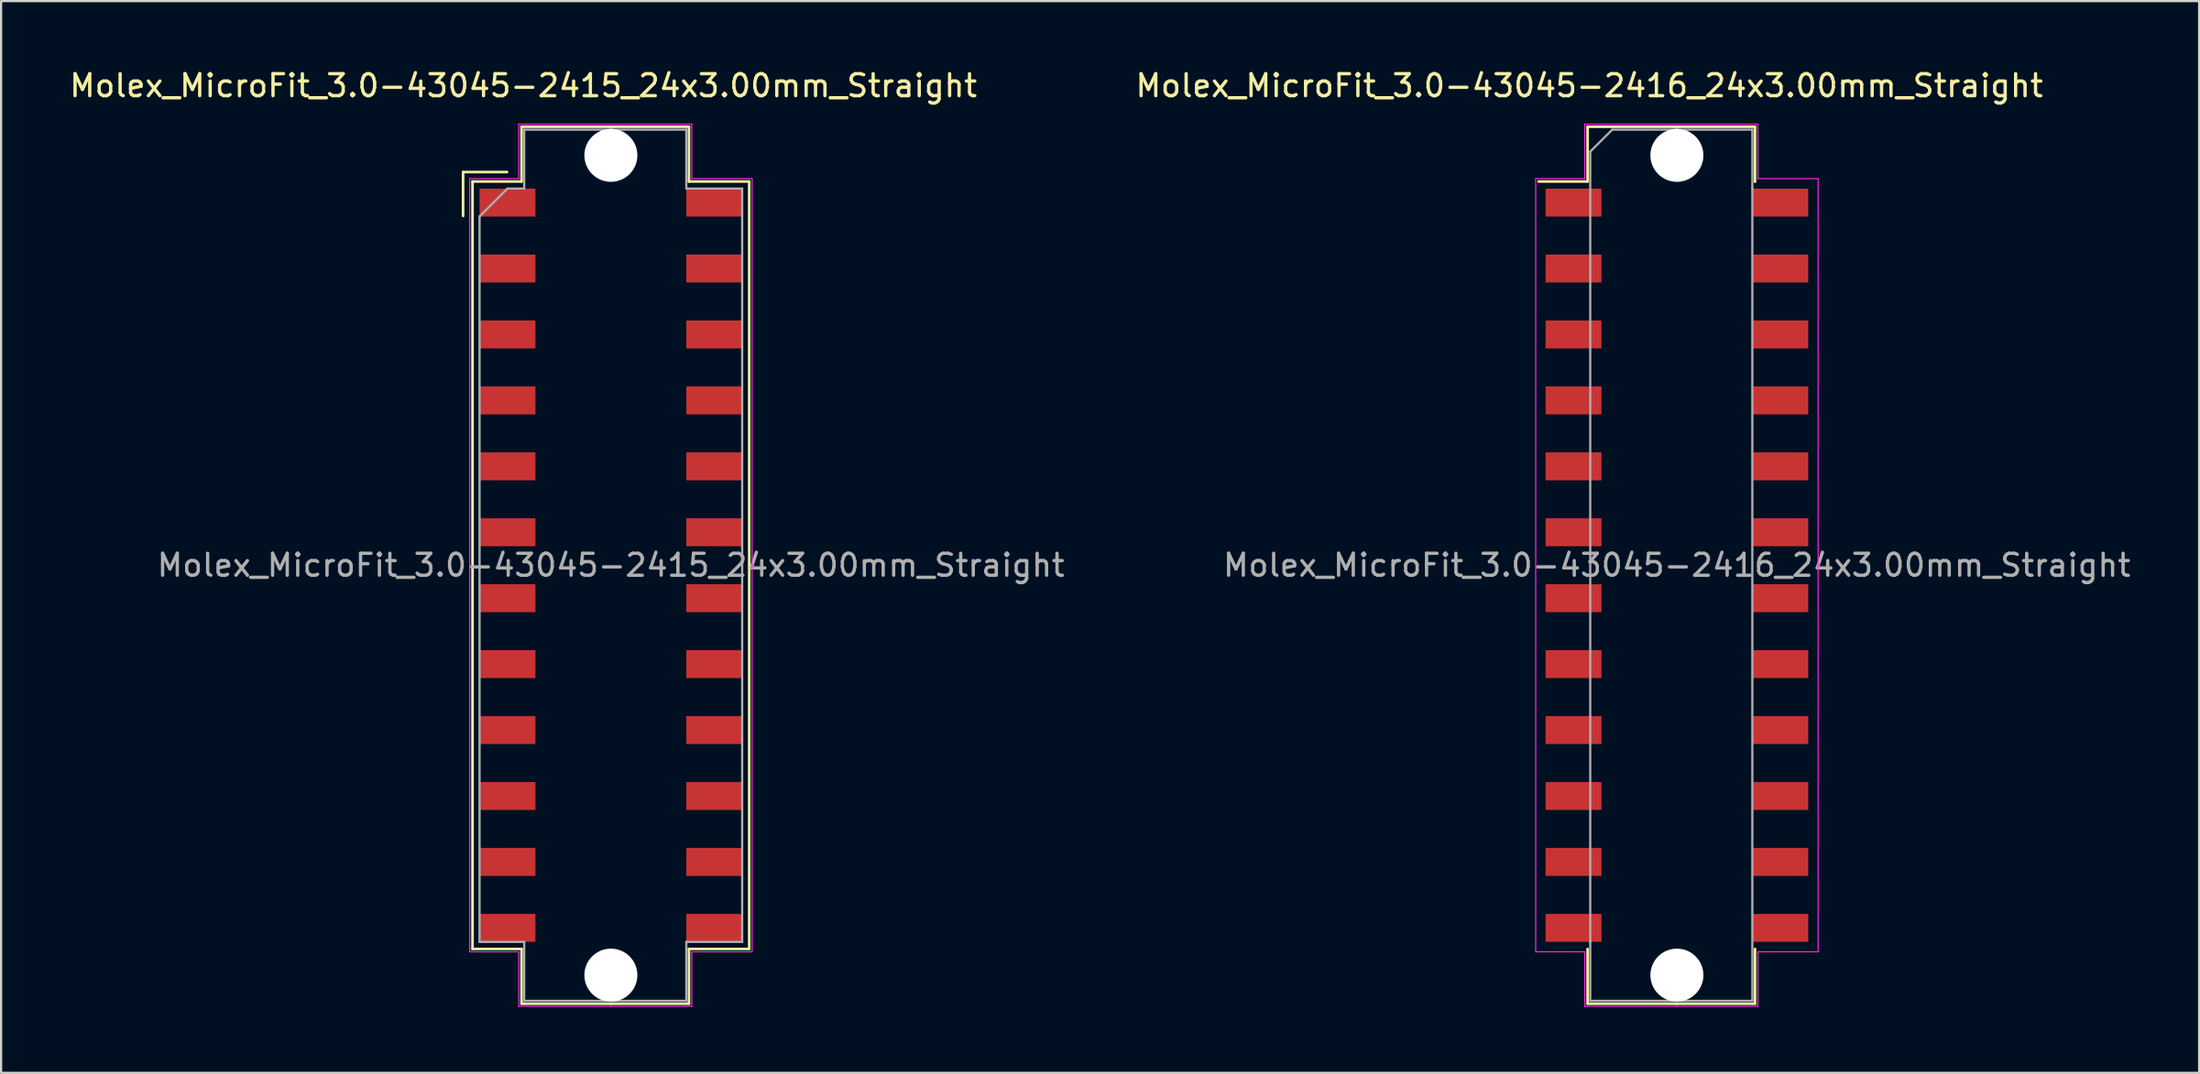
<source format=kicad_pcb>
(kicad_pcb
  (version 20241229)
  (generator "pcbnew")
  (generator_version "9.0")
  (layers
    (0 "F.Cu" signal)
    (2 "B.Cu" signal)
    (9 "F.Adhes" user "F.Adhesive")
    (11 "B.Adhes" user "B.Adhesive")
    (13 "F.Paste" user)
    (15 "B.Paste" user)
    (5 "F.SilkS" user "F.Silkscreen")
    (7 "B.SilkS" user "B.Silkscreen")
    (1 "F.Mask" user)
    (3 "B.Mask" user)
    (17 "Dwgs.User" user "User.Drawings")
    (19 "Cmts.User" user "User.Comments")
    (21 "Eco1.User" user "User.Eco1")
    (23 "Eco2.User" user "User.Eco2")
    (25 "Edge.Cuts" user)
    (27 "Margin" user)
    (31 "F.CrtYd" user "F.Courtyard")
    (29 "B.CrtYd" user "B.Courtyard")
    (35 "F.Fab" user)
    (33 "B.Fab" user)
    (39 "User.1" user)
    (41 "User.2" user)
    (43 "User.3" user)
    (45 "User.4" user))
  (footprint "Molex_MicroFit_3.0-43045-2415_24x3.00mm_Straight"
    (layer "F.Cu")
    (at 24.724 22.668)
    (property "Reference" "Molex_MicroFit_3.0-43045-2415_24x3.00mm_Straight" (at -3.98 -21.82 0) (layer "F.SilkS") (effects (font (size 1 1) (thickness 0.15))))
    (attr smd)
    (fp_line (start -6.72 -17.89) (end -6.72 -15.89) (stroke (width 0.12) (type solid)) (layer "F.SilkS"))
    (fp_line (start -6.29 -17.46) (end -4.06 -17.46) (stroke (width 0.12) (type solid)) (layer "F.SilkS"))
    (fp_line (start -6.29 17.46) (end -6.29 -17.46) (stroke (width 0.12) (type solid)) (layer "F.SilkS"))
    (fp_line (start -4.72 -17.89) (end -6.72 -17.89) (stroke (width 0.12) (type solid)) (layer "F.SilkS"))
    (fp_line (start -4.06 -19.95) (end 0 -19.95) (stroke (width 0.12) (type solid)) (layer "F.SilkS"))
    (fp_line (start -4.06 -17.46) (end -4.06 -19.95) (stroke (width 0.12) (type solid)) (layer "F.SilkS"))
    (fp_line (start -4.06 17.46) (end -6.29 17.46) (stroke (width 0.12) (type solid)) (layer "F.SilkS"))
    (fp_line (start -4.06 19.95) (end -4.06 17.46) (stroke (width 0.12) (type solid)) (layer "F.SilkS"))
    (fp_line (start 0 -19.95) (end 3.55 -19.95) (stroke (width 0.12) (type solid)) (layer "F.SilkS"))
    (fp_line (start 0 19.95) (end -4.06 19.95) (stroke (width 0.12) (type solid)) (layer "F.SilkS"))
    (fp_line (start 3.55 -19.95) (end 3.55 -17.46) (stroke (width 0.12) (type solid)) (layer "F.SilkS"))
    (fp_line (start 3.55 -17.46) (end 6.29 -17.46) (stroke (width 0.12) (type solid)) (layer "F.SilkS"))
    (fp_line (start 3.55 17.46) (end 3.55 19.95) (stroke (width 0.12) (type solid)) (layer "F.SilkS"))
    (fp_line (start 3.55 19.95) (end 0 19.95) (stroke (width 0.12) (type solid)) (layer "F.SilkS"))
    (fp_line (start 6.29 -17.46) (end 6.29 17.46) (stroke (width 0.12) (type solid)) (layer "F.SilkS"))
    (fp_line (start 6.29 17.46) (end 3.55 17.46) (stroke (width 0.12) (type solid)) (layer "F.SilkS"))
    (fp_line (start -6.42 -17.59) (end -4.19 -17.59) (stroke (width 0.05) (type solid)) (layer "F.CrtYd"))
    (fp_line (start -6.42 17.59) (end -6.42 -17.59) (stroke (width 0.05) (type solid)) (layer "F.CrtYd"))
    (fp_line (start -4.19 -20.07) (end 0 -20.07) (stroke (width 0.05) (type solid)) (layer "F.CrtYd"))
    (fp_line (start -4.19 -17.59) (end -4.19 -20.07) (stroke (width 0.05) (type solid)) (layer "F.CrtYd"))
    (fp_line (start -4.19 17.59) (end -6.42 17.59) (stroke (width 0.05) (type solid)) (layer "F.CrtYd"))
    (fp_line (start -4.19 20.07) (end -4.19 17.59) (stroke (width 0.05) (type solid)) (layer "F.CrtYd"))
    (fp_line (start 0 -20.07) (end 3.68 -20.07) (stroke (width 0.05) (type solid)) (layer "F.CrtYd"))
    (fp_line (start 0 20.07) (end -4.19 20.07) (stroke (width 0.05) (type solid)) (layer "F.CrtYd"))
    (fp_line (start 3.68 -20.07) (end 3.68 -17.59) (stroke (width 0.05) (type solid)) (layer "F.CrtYd"))
    (fp_line (start 3.68 -17.59) (end 6.42 -17.59) (stroke (width 0.05) (type solid)) (layer "F.CrtYd"))
    (fp_line (start 3.68 17.59) (end 3.68 20.07) (stroke (width 0.05) (type solid)) (layer "F.CrtYd"))
    (fp_line (start 3.68 20.07) (end 0 20.07) (stroke (width 0.05) (type solid)) (layer "F.CrtYd"))
    (fp_line (start 6.42 -17.59) (end 6.42 17.59) (stroke (width 0.05) (type solid)) (layer "F.CrtYd"))
    (fp_line (start 6.42 17.59) (end 3.68 17.59) (stroke (width 0.05) (type solid)) (layer "F.CrtYd"))
    (fp_line (start -5.97 -15.87) (end -4.7 -17.14) (stroke (width 0.1) (type solid)) (layer "F.Fab"))
    (fp_line (start -5.97 17.14) (end -5.97 -15.87) (stroke (width 0.1) (type solid)) (layer "F.Fab"))
    (fp_line (start -4.7 -17.14) (end -3.94 -17.14) (stroke (width 0.1) (type solid)) (layer "F.Fab"))
    (fp_line (start -3.94 -19.82) (end 0 -19.82) (stroke (width 0.1) (type solid)) (layer "F.Fab"))
    (fp_line (start -3.94 -17.14) (end -3.94 -19.82) (stroke (width 0.1) (type solid)) (layer "F.Fab"))
    (fp_line (start -3.94 17.14) (end -5.97 17.14) (stroke (width 0.1) (type solid)) (layer "F.Fab"))
    (fp_line (start -3.94 19.82) (end -3.94 17.14) (stroke (width 0.1) (type solid)) (layer "F.Fab"))
    (fp_line (start 0 -19.82) (end 3.43 -19.82) (stroke (width 0.1) (type solid)) (layer "F.Fab"))
    (fp_line (start 0 19.82) (end -3.94 19.82) (stroke (width 0.1) (type solid)) (layer "F.Fab"))
    (fp_line (start 3.43 -19.82) (end 3.43 -17.14) (stroke (width 0.1) (type solid)) (layer "F.Fab"))
    (fp_line (start 3.43 -17.14) (end 5.97 -17.14) (stroke (width 0.1) (type solid)) (layer "F.Fab"))
    (fp_line (start 3.43 17.14) (end 3.43 19.82) (stroke (width 0.1) (type solid)) (layer "F.Fab"))
    (fp_line (start 3.43 19.82) (end 0 19.82) (stroke (width 0.1) (type solid)) (layer "F.Fab"))
    (fp_line (start 5.97 -17.14) (end 5.97 17.14) (stroke (width 0.1) (type solid)) (layer "F.Fab"))
    (fp_line (start 5.97 17.14) (end 3.43 17.14) (stroke (width 0.1) (type solid)) (layer "F.Fab"))
    (fp_text user "${REFERENCE}" (at 0 0 0) (layer "F.Fab") (effects (font (size 1 1) (thickness 0.15))))
    (pad "" np_thru_hole circle (at 0 -18.65) (size 2.41 2.41) (drill 2.41) (layers "*.Cu"))
    (pad "" np_thru_hole circle (at 0 18.65) (size 2.41 2.41) (drill 2.41) (layers "*.Cu"))
    (pad "1" smd rect (at -4.7 -16.5) (size 2.54 1.27) (layers "F.Cu" "F.Mask" "F.Paste"))
    (pad "2" smd rect (at -4.7 -13.5) (size 2.54 1.27) (layers "F.Cu" "F.Mask" "F.Paste"))
    (pad "3" smd rect (at -4.7 -10.5) (size 2.54 1.27) (layers "F.Cu" "F.Mask" "F.Paste"))
    (pad "4" smd rect (at -4.7 -7.5) (size 2.54 1.27) (layers "F.Cu" "F.Mask" "F.Paste"))
    (pad "5" smd rect (at -4.7 -4.5) (size 2.54 1.27) (layers "F.Cu" "F.Mask" "F.Paste"))
    (pad "6" smd rect (at -4.7 -1.5) (size 2.54 1.27) (layers "F.Cu" "F.Mask" "F.Paste"))
    (pad "7" smd rect (at -4.7 1.5) (size 2.54 1.27) (layers "F.Cu" "F.Mask" "F.Paste"))
    (pad "8" smd rect (at -4.7 4.5) (size 2.54 1.27) (layers "F.Cu" "F.Mask" "F.Paste"))
    (pad "9" smd rect (at -4.7 7.5) (size 2.54 1.27) (layers "F.Cu" "F.Mask" "F.Paste"))
    (pad "10" smd rect (at -4.7 10.5) (size 2.54 1.27) (layers "F.Cu" "F.Mask" "F.Paste"))
    (pad "11" smd rect (at -4.7 13.5) (size 2.54 1.27) (layers "F.Cu" "F.Mask" "F.Paste"))
    (pad "12" smd rect (at -4.7 16.5) (size 2.54 1.27) (layers "F.Cu" "F.Mask" "F.Paste"))
    (pad "13" smd rect (at 4.7 16.5) (size 2.54 1.27) (layers "F.Cu" "F.Mask" "F.Paste"))
    (pad "14" smd rect (at 4.7 13.5) (size 2.54 1.27) (layers "F.Cu" "F.Mask" "F.Paste"))
    (pad "15" smd rect (at 4.7 10.5) (size 2.54 1.27) (layers "F.Cu" "F.Mask" "F.Paste"))
    (pad "16" smd rect (at 4.7 7.5) (size 2.54 1.27) (layers "F.Cu" "F.Mask" "F.Paste"))
    (pad "17" smd rect (at 4.7 4.5) (size 2.54 1.27) (layers "F.Cu" "F.Mask" "F.Paste"))
    (pad "18" smd rect (at 4.7 1.5) (size 2.54 1.27) (layers "F.Cu" "F.Mask" "F.Paste"))
    (pad "19" smd rect (at 4.7 -1.5) (size 2.54 1.27) (layers "F.Cu" "F.Mask" "F.Paste"))
    (pad "20" smd rect (at 4.7 -4.5) (size 2.54 1.27) (layers "F.Cu" "F.Mask" "F.Paste"))
    (pad "21" smd rect (at 4.7 -7.5) (size 2.54 1.27) (layers "F.Cu" "F.Mask" "F.Paste"))
    (pad "22" smd rect (at 4.7 -10.5) (size 2.54 1.27) (layers "F.Cu" "F.Mask" "F.Paste"))
    (pad "23" smd rect (at 4.7 -13.5) (size 2.54 1.27) (layers "F.Cu" "F.Mask" "F.Paste"))
    (pad "24" smd rect (at 4.7 -16.5) (size 2.54 1.27) (layers "F.Cu" "F.Mask" "F.Paste")))
  (footprint "Molex_MicroFit_3.0-43045-2416_24x3.00mm_Straight"
    (layer "F.Cu")
    (at 73.192 22.668)
    (property "Reference" "Molex_MicroFit_3.0-43045-2416_24x3.00mm_Straight" (at -3.98 -21.82 0) (layer "F.SilkS") (effects (font (size 1 1) (thickness 0.15))))
    (attr smd)
    (fp_line (start -6.29 -17.46) (end -4.06 -17.46) (stroke (width 0.12) (type solid)) (layer "F.SilkS"))
    (fp_line (start -4.06 -19.95) (end 0 -19.95) (stroke (width 0.12) (type solid)) (layer "F.SilkS"))
    (fp_line (start -4.06 -17.46) (end -4.06 -19.95) (stroke (width 0.12) (type solid)) (layer "F.SilkS"))
    (fp_line (start -4.06 19.95) (end -4.06 17.46) (stroke (width 0.12) (type solid)) (layer "F.SilkS"))
    (fp_line (start 0 -19.95) (end 3.55 -19.95) (stroke (width 0.12) (type solid)) (layer "F.SilkS"))
    (fp_line (start 0 19.95) (end -4.06 19.95) (stroke (width 0.12) (type solid)) (layer "F.SilkS"))
    (fp_line (start 3.55 -19.95) (end 3.55 -17.46) (stroke (width 0.12) (type solid)) (layer "F.SilkS"))
    (fp_line (start 3.55 -17.46) (end 3.55 -17.46) (stroke (width 0.12) (type solid)) (layer "F.SilkS"))
    (fp_line (start 3.55 17.46) (end 3.55 19.95) (stroke (width 0.12) (type solid)) (layer "F.SilkS"))
    (fp_line (start 3.55 19.95) (end 0 19.95) (stroke (width 0.12) (type solid)) (layer "F.SilkS"))
    (fp_line (start -6.42 -17.59) (end -4.19 -17.59) (stroke (width 0.05) (type solid)) (layer "F.CrtYd"))
    (fp_line (start -6.42 17.59) (end -6.42 -17.59) (stroke (width 0.05) (type solid)) (layer "F.CrtYd"))
    (fp_line (start -4.19 -20.07) (end 0 -20.07) (stroke (width 0.05) (type solid)) (layer "F.CrtYd"))
    (fp_line (start -4.19 -17.59) (end -4.19 -20.07) (stroke (width 0.05) (type solid)) (layer "F.CrtYd"))
    (fp_line (start -4.19 17.59) (end -6.42 17.59) (stroke (width 0.05) (type solid)) (layer "F.CrtYd"))
    (fp_line (start -4.19 20.07) (end -4.19 17.59) (stroke (width 0.05) (type solid)) (layer "F.CrtYd"))
    (fp_line (start 0 -20.07) (end 3.68 -20.07) (stroke (width 0.05) (type solid)) (layer "F.CrtYd"))
    (fp_line (start 0 20.07) (end -4.19 20.07) (stroke (width 0.05) (type solid)) (layer "F.CrtYd"))
    (fp_line (start 3.68 -20.07) (end 3.68 -17.59) (stroke (width 0.05) (type solid)) (layer "F.CrtYd"))
    (fp_line (start 3.68 -17.59) (end 3.68 -17.59) (stroke (width 0.05) (type solid)) (layer "F.CrtYd"))
    (fp_line (start 3.68 -17.59) (end 6.42 -17.59) (stroke (width 0.05) (type solid)) (layer "F.CrtYd"))
    (fp_line (start 3.68 17.59) (end 3.68 20.07) (stroke (width 0.05) (type solid)) (layer "F.CrtYd"))
    (fp_line (start 3.68 20.07) (end 0 20.07) (stroke (width 0.05) (type solid)) (layer "F.CrtYd"))
    (fp_line (start 6.42 -17.59) (end 6.42 17.59) (stroke (width 0.05) (type solid)) (layer "F.CrtYd"))
    (fp_line (start 6.42 17.59) (end 3.68 17.59) (stroke (width 0.05) (type solid)) (layer "F.CrtYd"))
    (fp_line (start -3.94 -18.82) (end -2.94 -19.82) (stroke (width 0.1) (type solid)) (layer "F.Fab"))
    (fp_line (start -3.94 17.14) (end -3.94 -18.82) (stroke (width 0.1) (type solid)) (layer "F.Fab"))
    (fp_line (start -3.94 19.82) (end -3.94 17.14) (stroke (width 0.1) (type solid)) (layer "F.Fab"))
    (fp_line (start -2.94 -19.82) (end 0 -19.82) (stroke (width 0.1) (type solid)) (layer "F.Fab"))
    (fp_line (start 0 -19.82) (end 3.43 -19.82) (stroke (width 0.1) (type solid)) (layer "F.Fab"))
    (fp_line (start 0 19.82) (end -3.94 19.82) (stroke (width 0.1) (type solid)) (layer "F.Fab"))
    (fp_line (start 3.43 -19.82) (end 3.43 -17.14) (stroke (width 0.1) (type solid)) (layer "F.Fab"))
    (fp_line (start 3.43 -17.14) (end 3.43 -17.14) (stroke (width 0.1) (type solid)) (layer "F.Fab"))
    (fp_line (start 3.43 -17.14) (end 3.43 19.82) (stroke (width 0.1) (type solid)) (layer "F.Fab"))
    (fp_line (start 3.43 19.82) (end 0 19.82) (stroke (width 0.1) (type solid)) (layer "F.Fab"))
    (fp_text user "${REFERENCE}" (at 0 0 0) (layer "F.Fab") (effects (font (size 1 1) (thickness 0.15))))
    (pad "" np_thru_hole circle (at 0 -18.65) (size 2.41 2.41) (drill 2.41) (layers "*.Cu"))
    (pad "" np_thru_hole circle (at 0 18.65) (size 2.41 2.41) (drill 2.41) (layers "*.Cu"))
    (pad "1" smd rect (at -4.7 -16.5) (size 2.54 1.27) (layers "F.Cu" "F.Mask" "F.Paste"))
    (pad "2" smd rect (at -4.7 -13.5) (size 2.54 1.27) (layers "F.Cu" "F.Mask" "F.Paste"))
    (pad "3" smd rect (at -4.7 -10.5) (size 2.54 1.27) (layers "F.Cu" "F.Mask" "F.Paste"))
    (pad "4" smd rect (at -4.7 -7.5) (size 2.54 1.27) (layers "F.Cu" "F.Mask" "F.Paste"))
    (pad "5" smd rect (at -4.7 -4.5) (size 2.54 1.27) (layers "F.Cu" "F.Mask" "F.Paste"))
    (pad "6" smd rect (at -4.7 -1.5) (size 2.54 1.27) (layers "F.Cu" "F.Mask" "F.Paste"))
    (pad "7" smd rect (at -4.7 1.5) (size 2.54 1.27) (layers "F.Cu" "F.Mask" "F.Paste"))
    (pad "8" smd rect (at -4.7 4.5) (size 2.54 1.27) (layers "F.Cu" "F.Mask" "F.Paste"))
    (pad "9" smd rect (at -4.7 7.5) (size 2.54 1.27) (layers "F.Cu" "F.Mask" "F.Paste"))
    (pad "10" smd rect (at -4.7 10.5) (size 2.54 1.27) (layers "F.Cu" "F.Mask" "F.Paste"))
    (pad "11" smd rect (at -4.7 13.5) (size 2.54 1.27) (layers "F.Cu" "F.Mask" "F.Paste"))
    (pad "12" smd rect (at -4.7 16.5) (size 2.54 1.27) (layers "F.Cu" "F.Mask" "F.Paste"))
    (pad "13" smd rect (at 4.7 16.5) (size 2.54 1.27) (layers "F.Cu" "F.Mask" "F.Paste"))
    (pad "14" smd rect (at 4.7 13.5) (size 2.54 1.27) (layers "F.Cu" "F.Mask" "F.Paste"))
    (pad "15" smd rect (at 4.7 10.5) (size 2.54 1.27) (layers "F.Cu" "F.Mask" "F.Paste"))
    (pad "16" smd rect (at 4.7 7.5) (size 2.54 1.27) (layers "F.Cu" "F.Mask" "F.Paste"))
    (pad "17" smd rect (at 4.7 4.5) (size 2.54 1.27) (layers "F.Cu" "F.Mask" "F.Paste"))
    (pad "18" smd rect (at 4.7 1.5) (size 2.54 1.27) (layers "F.Cu" "F.Mask" "F.Paste"))
    (pad "19" smd rect (at 4.7 -1.5) (size 2.54 1.27) (layers "F.Cu" "F.Mask" "F.Paste"))
    (pad "20" smd rect (at 4.7 -4.5) (size 2.54 1.27) (layers "F.Cu" "F.Mask" "F.Paste"))
    (pad "21" smd rect (at 4.7 -7.5) (size 2.54 1.27) (layers "F.Cu" "F.Mask" "F.Paste"))
    (pad "22" smd rect (at 4.7 -10.5) (size 2.54 1.27) (layers "F.Cu" "F.Mask" "F.Paste"))
    (pad "23" smd rect (at 4.7 -13.5) (size 2.54 1.27) (layers "F.Cu" "F.Mask" "F.Paste"))
    (pad "24" smd rect (at 4.7 -16.5) (size 2.54 1.27) (layers "F.Cu" "F.Mask" "F.Paste")))
  (gr_rect
    (start -3 -3)
    (end 96.936 45.763)
    (stroke (width 0.1) (type default))
    (fill no)
    (layer "Edge.Cuts")))
</source>
